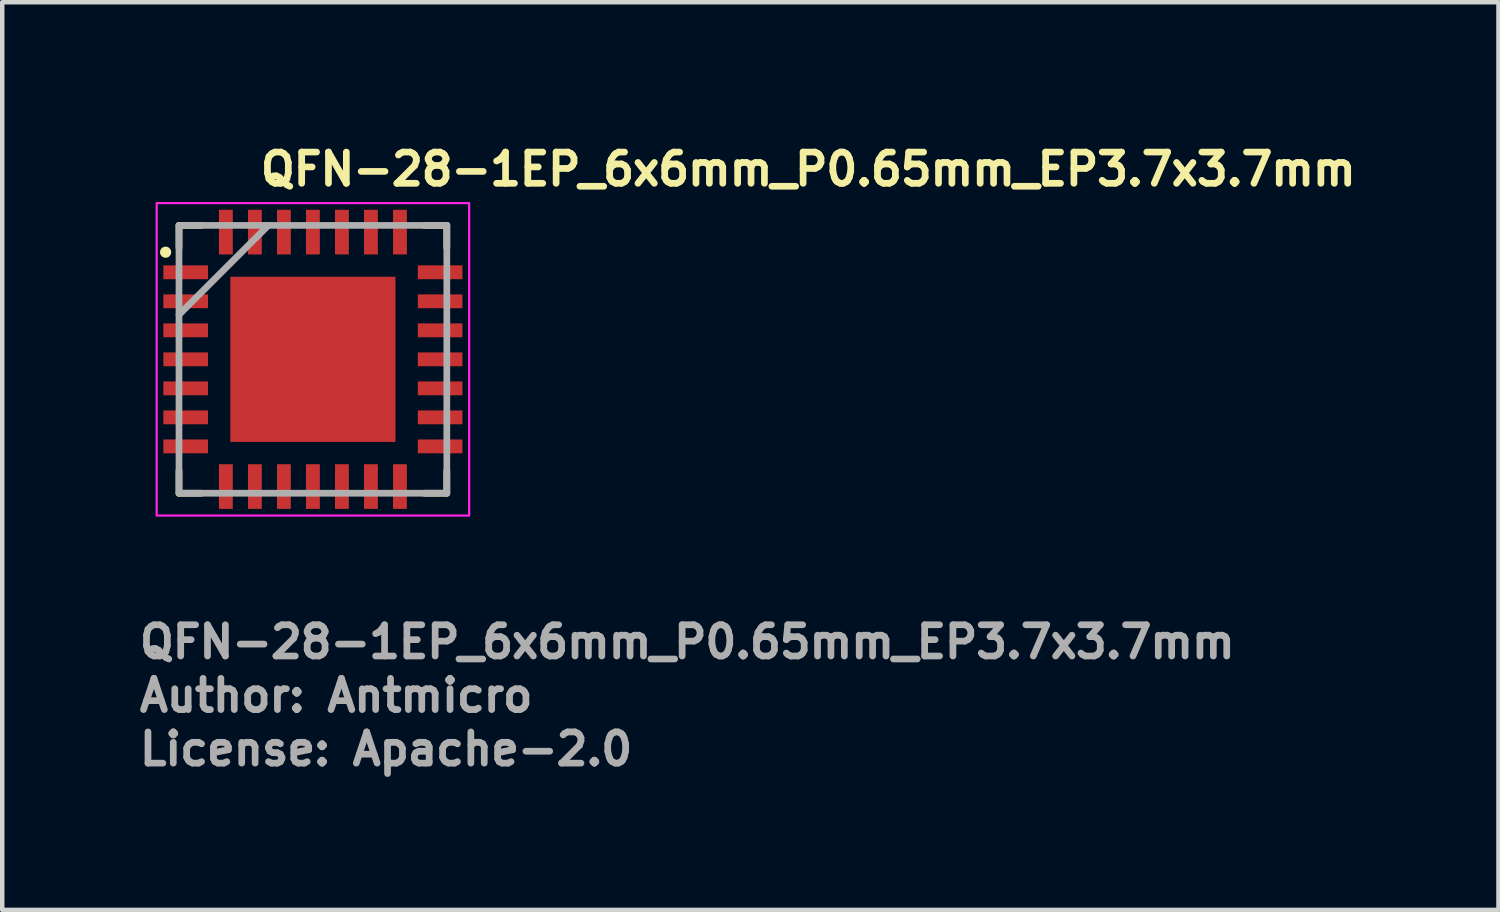
<source format=kicad_pcb>
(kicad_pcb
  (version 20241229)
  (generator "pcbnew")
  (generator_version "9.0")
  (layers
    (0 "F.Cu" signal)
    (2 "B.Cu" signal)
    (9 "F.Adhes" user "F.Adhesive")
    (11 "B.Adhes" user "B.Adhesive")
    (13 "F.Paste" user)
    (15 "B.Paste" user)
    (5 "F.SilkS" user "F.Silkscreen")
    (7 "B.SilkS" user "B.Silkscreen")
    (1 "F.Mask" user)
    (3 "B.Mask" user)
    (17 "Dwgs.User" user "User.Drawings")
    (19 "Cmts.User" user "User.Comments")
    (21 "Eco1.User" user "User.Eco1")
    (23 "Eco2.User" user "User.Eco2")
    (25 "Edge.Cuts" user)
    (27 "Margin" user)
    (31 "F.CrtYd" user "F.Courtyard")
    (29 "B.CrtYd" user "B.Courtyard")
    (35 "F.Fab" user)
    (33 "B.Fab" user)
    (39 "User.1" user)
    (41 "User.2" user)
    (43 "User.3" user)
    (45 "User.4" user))
  (footprint "QFN-28-1EP_6x6mm_P0.65mm_EP3.7x3.7mm"
    (layer "F.Cu")
    (at 3.96 5)
    (property "Reference" "QFN-28-1EP_6x6mm_P0.65mm_EP3.7x3.7mm" (at -1.25 -3.85 0) (layer "F.SilkS") (effects (font (size 0.7 0.7) (thickness 0.15)) (justify left bottom)))
    (attr smd)
    (fp_line (start -3 -3) (end -3 -2.5) (stroke (width 0.15) (type solid)) (layer "F.SilkS"))
    (fp_line (start -3 -3) (end -2.5 -3) (stroke (width 0.15) (type solid)) (layer "F.SilkS"))
    (fp_line (start -3 3) (end -3 2.5) (stroke (width 0.15) (type solid)) (layer "F.SilkS"))
    (fp_line (start -3 3) (end -2.5 3) (stroke (width 0.15) (type solid)) (layer "F.SilkS"))
    (fp_line (start 3 -3) (end 2.5 -3) (stroke (width 0.15) (type solid)) (layer "F.SilkS"))
    (fp_line (start 3 -3) (end 3 -2.5) (stroke (width 0.15) (type solid)) (layer "F.SilkS"))
    (fp_line (start 3 3) (end 2.5 3) (stroke (width 0.15) (type solid)) (layer "F.SilkS"))
    (fp_line (start 3 3) (end 3 2.5) (stroke (width 0.15) (type solid)) (layer "F.SilkS"))
    (fp_circle (center -3.3 -2.4) (end -3.25 -2.4) (stroke (width 0.15) (type solid)) (fill yes) (layer "F.SilkS"))
    (fp_poly (pts (xy -1.17 -1.17) (xy 1.17 -1.17) (xy 1.17 1.17) (xy -1.17 1.17)) (stroke (width 0.01) (type solid)) (fill yes) (layer "F.Paste"))
    (fp_rect (start -3.5 -3.5) (end 3.5 3.5) (stroke (width 0.05) (type solid)) (fill no) (layer "F.CrtYd"))
    (fp_line (start -3 -1) (end -1 -3) (stroke (width 0.15) (type solid)) (layer "F.Fab"))
    (fp_rect (start -3 -3) (end 3 3) (stroke (width 0.15) (type solid)) (fill no) (layer "F.Fab"))
    (fp_rect (start -3.01 -3.01) (end 3.01 3.01) (stroke (width 0.1) (type solid)) (fill no) (layer "User.5"))
    (fp_line (start -3.01 -2.1) (end -3 -2.1) (stroke (width 0.02) (type solid)) (layer "User.9"))
    (fp_line (start -3.01 -1.8) (end -3.01 -2.1) (stroke (width 0.02) (type solid)) (layer "User.9"))
    (fp_line (start -3.01 -1.45) (end -3 -1.45) (stroke (width 0.02) (type solid)) (layer "User.9"))
    (fp_line (start -3.01 -1.15) (end -3.01 -1.45) (stroke (width 0.02) (type solid)) (layer "User.9"))
    (fp_line (start -3.01 -0.8) (end -3 -0.8) (stroke (width 0.02) (type solid)) (layer "User.9"))
    (fp_line (start -3.01 -0.5) (end -3.01 -0.8) (stroke (width 0.02) (type solid)) (layer "User.9"))
    (fp_line (start -3.01 -0.15) (end -3 -0.15) (stroke (width 0.02) (type solid)) (layer "User.9"))
    (fp_line (start -3.01 0.15) (end -3.01 -0.15) (stroke (width 0.02) (type solid)) (layer "User.9"))
    (fp_line (start -3.01 0.5) (end -3 0.5) (stroke (width 0.02) (type solid)) (layer "User.9"))
    (fp_line (start -3.01 0.8) (end -3.01 0.5) (stroke (width 0.02) (type solid)) (layer "User.9"))
    (fp_line (start -3.01 1.15) (end -3 1.15) (stroke (width 0.02) (type solid)) (layer "User.9"))
    (fp_line (start -3.01 1.45) (end -3.01 1.15) (stroke (width 0.02) (type solid)) (layer "User.9"))
    (fp_line (start -3.01 1.8) (end -3 1.8) (stroke (width 0.02) (type solid)) (layer "User.9"))
    (fp_line (start -3.01 2.1) (end -3.01 1.8) (stroke (width 0.02) (type solid)) (layer "User.9"))
    (fp_line (start -3 -3) (end -3 3) (stroke (width 0.02) (type solid)) (layer "User.9"))
    (fp_line (start -3 -1.8) (end -3.01 -1.8) (stroke (width 0.02) (type solid)) (layer "User.9"))
    (fp_line (start -3 -1.15) (end -3.01 -1.15) (stroke (width 0.02) (type solid)) (layer "User.9"))
    (fp_line (start -3 -0.5) (end -3.01 -0.5) (stroke (width 0.02) (type solid)) (layer "User.9"))
    (fp_line (start -3 0.15) (end -3.01 0.15) (stroke (width 0.02) (type solid)) (layer "User.9"))
    (fp_line (start -3 0.8) (end -3.01 0.8) (stroke (width 0.02) (type solid)) (layer "User.9"))
    (fp_line (start -3 1.45) (end -3.01 1.45) (stroke (width 0.02) (type solid)) (layer "User.9"))
    (fp_line (start -3 2.1) (end -3.01 2.1) (stroke (width 0.02) (type solid)) (layer "User.9"))
    (fp_line (start -3 3) (end 3 3) (stroke (width 0.02) (type solid)) (layer "User.9"))
    (fp_line (start -2.55 -2.3) (end -2.549 -2.284) (stroke (width 0.02) (type solid)) (layer "User.9"))
    (fp_line (start -2.549 -2.316) (end -2.55 -2.3) (stroke (width 0.02) (type solid)) (layer "User.9"))
    (fp_line (start -2.549 -2.284) (end -2.548 -2.268) (stroke (width 0.02) (type solid)) (layer "User.9"))
    (fp_line (start -2.548 -2.332) (end -2.549 -2.316) (stroke (width 0.02) (type solid)) (layer "User.9"))
    (fp_line (start -2.548 -2.268) (end -2.545 -2.252) (stroke (width 0.02) (type solid)) (layer "User.9"))
    (fp_line (start -2.545 -2.348) (end -2.548 -2.332) (stroke (width 0.02) (type solid)) (layer "User.9"))
    (fp_line (start -2.545 -2.252) (end -2.542 -2.236) (stroke (width 0.02) (type solid)) (layer "User.9"))
    (fp_line (start -2.542 -2.364) (end -2.545 -2.348) (stroke (width 0.02) (type solid)) (layer "User.9"))
    (fp_line (start -2.542 -2.236) (end -2.537 -2.22) (stroke (width 0.02) (type solid)) (layer "User.9"))
    (fp_line (start -2.537 -2.38) (end -2.542 -2.364) (stroke (width 0.02) (type solid)) (layer "User.9"))
    (fp_line (start -2.537 -2.22) (end -2.531 -2.205) (stroke (width 0.02) (type solid)) (layer "User.9"))
    (fp_line (start -2.531 -2.395) (end -2.537 -2.38) (stroke (width 0.02) (type solid)) (layer "User.9"))
    (fp_line (start -2.531 -2.205) (end -2.524 -2.19) (stroke (width 0.02) (type solid)) (layer "User.9"))
    (fp_line (start -2.524 -2.41) (end -2.531 -2.395) (stroke (width 0.02) (type solid)) (layer "User.9"))
    (fp_line (start -2.524 -2.19) (end -2.517 -2.175) (stroke (width 0.02) (type solid)) (layer "User.9"))
    (fp_line (start -2.517 -2.425) (end -2.524 -2.41) (stroke (width 0.02) (type solid)) (layer "User.9"))
    (fp_line (start -2.517 -2.425) (end -2.517 -2.425) (stroke (width 0.02) (type solid)) (layer "User.9"))
    (fp_line (start -2.517 -2.175) (end -2.517 -2.175) (stroke (width 0.02) (type solid)) (layer "User.9"))
    (fp_line (start -2.517 -2.175) (end -2.512 -2.168) (stroke (width 0.02) (type solid)) (layer "User.9"))
    (fp_line (start -2.512 -2.168) (end -2.508 -2.161) (stroke (width 0.02) (type solid)) (layer "User.9"))
    (fp_line (start -2.508 -2.439) (end -2.517 -2.425) (stroke (width 0.02) (type solid)) (layer "User.9"))
    (fp_line (start -2.508 -2.161) (end -2.503 -2.154) (stroke (width 0.02) (type solid)) (layer "User.9"))
    (fp_line (start -2.503 -2.154) (end -2.498 -2.147) (stroke (width 0.02) (type solid)) (layer "User.9"))
    (fp_line (start -2.498 -2.453) (end -2.508 -2.439) (stroke (width 0.02) (type solid)) (layer "User.9"))
    (fp_line (start -2.498 -2.147) (end -2.493 -2.141) (stroke (width 0.02) (type solid)) (layer "User.9"))
    (fp_line (start -2.493 -2.141) (end -2.488 -2.135) (stroke (width 0.02) (type solid)) (layer "User.9"))
    (fp_line (start -2.488 -2.465) (end -2.498 -2.453) (stroke (width 0.02) (type solid)) (layer "User.9"))
    (fp_line (start -2.488 -2.135) (end -2.482 -2.129) (stroke (width 0.02) (type solid)) (layer "User.9"))
    (fp_line (start -2.482 -2.129) (end -2.476 -2.123) (stroke (width 0.02) (type solid)) (layer "User.9"))
    (fp_line (start -2.476 -2.477) (end -2.488 -2.465) (stroke (width 0.02) (type solid)) (layer "User.9"))
    (fp_line (start -2.476 -2.123) (end -2.471 -2.117) (stroke (width 0.02) (type solid)) (layer "User.9"))
    (fp_line (start -2.471 -2.117) (end -2.464 -2.112) (stroke (width 0.02) (type solid)) (layer "User.9"))
    (fp_line (start -2.464 -2.488) (end -2.476 -2.477) (stroke (width 0.02) (type solid)) (layer "User.9"))
    (fp_line (start -2.464 -2.112) (end -2.458 -2.106) (stroke (width 0.02) (type solid)) (layer "User.9"))
    (fp_line (start -2.458 -2.106) (end -2.452 -2.101) (stroke (width 0.02) (type solid)) (layer "User.9"))
    (fp_line (start -2.452 -2.499) (end -2.464 -2.488) (stroke (width 0.02) (type solid)) (layer "User.9"))
    (fp_line (start -2.452 -2.101) (end -2.445 -2.097) (stroke (width 0.02) (type solid)) (layer "User.9"))
    (fp_line (start -2.445 -2.097) (end -2.439 -2.092) (stroke (width 0.02) (type solid)) (layer "User.9"))
    (fp_line (start -2.439 -2.508) (end -2.452 -2.499) (stroke (width 0.02) (type solid)) (layer "User.9"))
    (fp_line (start -2.439 -2.092) (end -2.432 -2.088) (stroke (width 0.02) (type solid)) (layer "User.9"))
    (fp_line (start -2.432 -2.088) (end -2.425 -2.083) (stroke (width 0.02) (type solid)) (layer "User.9"))
    (fp_line (start -2.425 -2.517) (end -2.439 -2.508) (stroke (width 0.02) (type solid)) (layer "User.9"))
    (fp_line (start -2.425 -2.083) (end -2.418 -2.08) (stroke (width 0.02) (type solid)) (layer "User.9"))
    (fp_line (start -2.418 -2.08) (end -2.411 -2.076) (stroke (width 0.02) (type solid)) (layer "User.9"))
    (fp_line (start -2.411 -2.524) (end -2.425 -2.517) (stroke (width 0.02) (type solid)) (layer "User.9"))
    (fp_line (start -2.411 -2.076) (end -2.403 -2.072) (stroke (width 0.02) (type solid)) (layer "User.9"))
    (fp_line (start -2.403 -2.072) (end -2.396 -2.069) (stroke (width 0.02) (type solid)) (layer "User.9"))
    (fp_line (start -2.396 -2.531) (end -2.411 -2.524) (stroke (width 0.02) (type solid)) (layer "User.9"))
    (fp_line (start -2.396 -2.069) (end -2.388 -2.066) (stroke (width 0.02) (type solid)) (layer "User.9"))
    (fp_line (start -2.388 -2.066) (end -2.381 -2.063) (stroke (width 0.02) (type solid)) (layer "User.9"))
    (fp_line (start -2.381 -2.537) (end -2.396 -2.531) (stroke (width 0.02) (type solid)) (layer "User.9"))
    (fp_line (start -2.381 -2.063) (end -2.373 -2.061) (stroke (width 0.02) (type solid)) (layer "User.9"))
    (fp_line (start -2.373 -2.061) (end -2.365 -2.059) (stroke (width 0.02) (type solid)) (layer "User.9"))
    (fp_line (start -2.365 -2.541) (end -2.381 -2.537) (stroke (width 0.02) (type solid)) (layer "User.9"))
    (fp_line (start -2.365 -2.059) (end -2.357 -2.057) (stroke (width 0.02) (type solid)) (layer "User.9"))
    (fp_line (start -2.357 -2.057) (end -2.349 -2.055) (stroke (width 0.02) (type solid)) (layer "User.9"))
    (fp_line (start -2.349 -2.545) (end -2.365 -2.541) (stroke (width 0.02) (type solid)) (layer "User.9"))
    (fp_line (start -2.349 -2.055) (end -2.341 -2.053) (stroke (width 0.02) (type solid)) (layer "User.9"))
    (fp_line (start -2.341 -2.053) (end -2.333 -2.052) (stroke (width 0.02) (type solid)) (layer "User.9"))
    (fp_line (start -2.333 -2.548) (end -2.349 -2.545) (stroke (width 0.02) (type solid)) (layer "User.9"))
    (fp_line (start -2.333 -2.052) (end -2.325 -2.051) (stroke (width 0.02) (type solid)) (layer "User.9"))
    (fp_line (start -2.325 -2.051) (end -2.317 -2.051) (stroke (width 0.02) (type solid)) (layer "User.9"))
    (fp_line (start -2.317 -2.549) (end -2.333 -2.548) (stroke (width 0.02) (type solid)) (layer "User.9"))
    (fp_line (start -2.317 -2.051) (end -2.308 -2.05) (stroke (width 0.02) (type solid)) (layer "User.9"))
    (fp_line (start -2.308 -2.05) (end -2.3 -2.05) (stroke (width 0.02) (type solid)) (layer "User.9"))
    (fp_line (start -2.3 -2.55) (end -2.317 -2.549) (stroke (width 0.02) (type solid)) (layer "User.9"))
    (fp_line (start -2.3 -2.05) (end -2.283 -2.051) (stroke (width 0.02) (type solid)) (layer "User.9"))
    (fp_line (start -2.292 -2.55) (end -2.3 -2.55) (stroke (width 0.02) (type solid)) (layer "User.9"))
    (fp_line (start -2.283 -2.549) (end -2.292 -2.55) (stroke (width 0.02) (type solid)) (layer "User.9"))
    (fp_line (start -2.283 -2.051) (end -2.267 -2.052) (stroke (width 0.02) (type solid)) (layer "User.9"))
    (fp_line (start -2.275 -2.549) (end -2.283 -2.549) (stroke (width 0.02) (type solid)) (layer "User.9"))
    (fp_line (start -2.267 -2.548) (end -2.275 -2.549) (stroke (width 0.02) (type solid)) (layer "User.9"))
    (fp_line (start -2.267 -2.052) (end -2.251 -2.055) (stroke (width 0.02) (type solid)) (layer "User.9"))
    (fp_line (start -2.259 -2.547) (end -2.267 -2.548) (stroke (width 0.02) (type solid)) (layer "User.9"))
    (fp_line (start -2.251 -2.545) (end -2.259 -2.547) (stroke (width 0.02) (type solid)) (layer "User.9"))
    (fp_line (start -2.251 -2.055) (end -2.235 -2.059) (stroke (width 0.02) (type solid)) (layer "User.9"))
    (fp_line (start -2.243 -2.543) (end -2.251 -2.545) (stroke (width 0.02) (type solid)) (layer "User.9"))
    (fp_line (start -2.235 -2.541) (end -2.243 -2.543) (stroke (width 0.02) (type solid)) (layer "User.9"))
    (fp_line (start -2.235 -2.059) (end -2.219 -2.063) (stroke (width 0.02) (type solid)) (layer "User.9"))
    (fp_line (start -2.227 -2.539) (end -2.235 -2.541) (stroke (width 0.02) (type solid)) (layer "User.9"))
    (fp_line (start -2.219 -2.537) (end -2.227 -2.539) (stroke (width 0.02) (type solid)) (layer "User.9"))
    (fp_line (start -2.219 -2.063) (end -2.204 -2.069) (stroke (width 0.02) (type solid)) (layer "User.9"))
    (fp_line (start -2.212 -2.534) (end -2.219 -2.537) (stroke (width 0.02) (type solid)) (layer "User.9"))
    (fp_line (start -2.204 -2.531) (end -2.212 -2.534) (stroke (width 0.02) (type solid)) (layer "User.9"))
    (fp_line (start -2.204 -2.069) (end -2.189 -2.076) (stroke (width 0.02) (type solid)) (layer "User.9"))
    (fp_line (start -2.197 -2.528) (end -2.204 -2.531) (stroke (width 0.02) (type solid)) (layer "User.9"))
    (fp_line (start -2.189 -2.524) (end -2.197 -2.528) (stroke (width 0.02) (type solid)) (layer "User.9"))
    (fp_line (start -2.189 -2.076) (end -2.175 -2.083) (stroke (width 0.02) (type solid)) (layer "User.9"))
    (fp_line (start -2.182 -2.52) (end -2.189 -2.524) (stroke (width 0.02) (type solid)) (layer "User.9"))
    (fp_line (start -2.175 -2.517) (end -2.182 -2.52) (stroke (width 0.02) (type solid)) (layer "User.9"))
    (fp_line (start -2.175 -2.083) (end -2.161 -2.092) (stroke (width 0.02) (type solid)) (layer "User.9"))
    (fp_line (start -2.168 -2.512) (end -2.175 -2.517) (stroke (width 0.02) (type solid)) (layer "User.9"))
    (fp_line (start -2.161 -2.508) (end -2.168 -2.512) (stroke (width 0.02) (type solid)) (layer "User.9"))
    (fp_line (start -2.161 -2.092) (end -2.148 -2.101) (stroke (width 0.02) (type solid)) (layer "User.9"))
    (fp_line (start -2.155 -2.503) (end -2.161 -2.508) (stroke (width 0.02) (type solid)) (layer "User.9"))
    (fp_line (start -2.148 -2.499) (end -2.155 -2.503) (stroke (width 0.02) (type solid)) (layer "User.9"))
    (fp_line (start -2.148 -2.101) (end -2.136 -2.112) (stroke (width 0.02) (type solid)) (layer "User.9"))
    (fp_line (start -2.142 -2.494) (end -2.148 -2.499) (stroke (width 0.02) (type solid)) (layer "User.9"))
    (fp_line (start -2.136 -2.488) (end -2.142 -2.494) (stroke (width 0.02) (type solid)) (layer "User.9"))
    (fp_line (start -2.136 -2.112) (end -2.124 -2.123) (stroke (width 0.02) (type solid)) (layer "User.9"))
    (fp_line (start -2.129 -2.483) (end -2.136 -2.488) (stroke (width 0.02) (type solid)) (layer "User.9"))
    (fp_line (start -2.124 -2.477) (end -2.129 -2.483) (stroke (width 0.02) (type solid)) (layer "User.9"))
    (fp_line (start -2.124 -2.123) (end -2.112 -2.135) (stroke (width 0.02) (type solid)) (layer "User.9"))
    (fp_line (start -2.118 -2.471) (end -2.124 -2.477) (stroke (width 0.02) (type solid)) (layer "User.9"))
    (fp_line (start -2.112 -2.465) (end -2.118 -2.471) (stroke (width 0.02) (type solid)) (layer "User.9"))
    (fp_line (start -2.112 -2.135) (end -2.102 -2.147) (stroke (width 0.02) (type solid)) (layer "User.9"))
    (fp_line (start -2.107 -2.459) (end -2.112 -2.465) (stroke (width 0.02) (type solid)) (layer "User.9"))
    (fp_line (start -2.102 -2.453) (end -2.107 -2.459) (stroke (width 0.02) (type solid)) (layer "User.9"))
    (fp_line (start -2.102 -2.147) (end -2.092 -2.161) (stroke (width 0.02) (type solid)) (layer "User.9"))
    (fp_line (start -2.1 -3.01) (end -1.8 -3.01) (stroke (width 0.02) (type solid)) (layer "User.9"))
    (fp_line (start -2.1 -3) (end -2.1 -3.01) (stroke (width 0.02) (type solid)) (layer "User.9"))
    (fp_line (start -2.1 3.01) (end -2.1 3) (stroke (width 0.02) (type solid)) (layer "User.9"))
    (fp_line (start -2.097 -2.446) (end -2.102 -2.453) (stroke (width 0.02) (type solid)) (layer "User.9"))
    (fp_line (start -2.092 -2.439) (end -2.097 -2.446) (stroke (width 0.02) (type solid)) (layer "User.9"))
    (fp_line (start -2.092 -2.161) (end -2.083 -2.175) (stroke (width 0.02) (type solid)) (layer "User.9"))
    (fp_line (start -2.088 -2.432) (end -2.092 -2.439) (stroke (width 0.02) (type solid)) (layer "User.9"))
    (fp_line (start -2.083 -2.425) (end -2.088 -2.432) (stroke (width 0.02) (type solid)) (layer "User.9"))
    (fp_line (start -2.083 -2.425) (end -2.083 -2.425) (stroke (width 0.02) (type solid)) (layer "User.9"))
    (fp_line (start -2.083 -2.175) (end -2.083 -2.175) (stroke (width 0.02) (type solid)) (layer "User.9"))
    (fp_line (start -2.083 -2.175) (end -2.076 -2.19) (stroke (width 0.02) (type solid)) (layer "User.9"))
    (fp_line (start -2.076 -2.41) (end -2.083 -2.425) (stroke (width 0.02) (type solid)) (layer "User.9"))
    (fp_line (start -2.076 -2.19) (end -2.069 -2.205) (stroke (width 0.02) (type solid)) (layer "User.9"))
    (fp_line (start -2.069 -2.395) (end -2.076 -2.41) (stroke (width 0.02) (type solid)) (layer "User.9"))
    (fp_line (start -2.069 -2.205) (end -2.063 -2.22) (stroke (width 0.02) (type solid)) (layer "User.9"))
    (fp_line (start -2.063 -2.38) (end -2.069 -2.395) (stroke (width 0.02) (type solid)) (layer "User.9"))
    (fp_line (start -2.063 -2.22) (end -2.058 -2.236) (stroke (width 0.02) (type solid)) (layer "User.9"))
    (fp_line (start -2.058 -2.364) (end -2.063 -2.38) (stroke (width 0.02) (type solid)) (layer "User.9"))
    (fp_line (start -2.058 -2.236) (end -2.055 -2.252) (stroke (width 0.02) (type solid)) (layer "User.9"))
    (fp_line (start -2.055 -2.348) (end -2.058 -2.364) (stroke (width 0.02) (type solid)) (layer "User.9"))
    (fp_line (start -2.055 -2.252) (end -2.052 -2.268) (stroke (width 0.02) (type solid)) (layer "User.9"))
    (fp_line (start -2.052 -2.332) (end -2.055 -2.348) (stroke (width 0.02) (type solid)) (layer "User.9"))
    (fp_line (start -2.052 -2.268) (end -2.051 -2.284) (stroke (width 0.02) (type solid)) (layer "User.9"))
    (fp_line (start -2.051 -2.316) (end -2.052 -2.332) (stroke (width 0.02) (type solid)) (layer "User.9"))
    (fp_line (start -2.051 -2.284) (end -2.05 -2.3) (stroke (width 0.02) (type solid)) (layer "User.9"))
    (fp_line (start -2.05 -2.3) (end -2.051 -2.316) (stroke (width 0.02) (type solid)) (layer "User.9"))
    (fp_line (start -1.8 -3.01) (end -1.8 -3) (stroke (width 0.02) (type solid)) (layer "User.9"))
    (fp_line (start -1.8 3) (end -1.8 3.01) (stroke (width 0.02) (type solid)) (layer "User.9"))
    (fp_line (start -1.8 3.01) (end -2.1 3.01) (stroke (width 0.02) (type solid)) (layer "User.9"))
    (fp_line (start -1.45 -3.01) (end -1.15 -3.01) (stroke (width 0.02) (type solid)) (layer "User.9"))
    (fp_line (start -1.45 -3) (end -1.45 -3.01) (stroke (width 0.02) (type solid)) (layer "User.9"))
    (fp_line (start -1.45 3.01) (end -1.45 3) (stroke (width 0.02) (type solid)) (layer "User.9"))
    (fp_line (start -1.15 -3.01) (end -1.15 -3) (stroke (width 0.02) (type solid)) (layer "User.9"))
    (fp_line (start -1.15 3) (end -1.15 3.01) (stroke (width 0.02) (type solid)) (layer "User.9"))
    (fp_line (start -1.15 3.01) (end -1.45 3.01) (stroke (width 0.02) (type solid)) (layer "User.9"))
    (fp_line (start -0.8 -3.01) (end -0.5 -3.01) (stroke (width 0.02) (type solid)) (layer "User.9"))
    (fp_line (start -0.8 -3) (end -0.8 -3.01) (stroke (width 0.02) (type solid)) (layer "User.9"))
    (fp_line (start -0.8 3.01) (end -0.8 3) (stroke (width 0.02) (type solid)) (layer "User.9"))
    (fp_line (start -0.5 -3.01) (end -0.5 -3) (stroke (width 0.02) (type solid)) (layer "User.9"))
    (fp_line (start -0.5 3) (end -0.5 3.01) (stroke (width 0.02) (type solid)) (layer "User.9"))
    (fp_line (start -0.5 3.01) (end -0.8 3.01) (stroke (width 0.02) (type solid)) (layer "User.9"))
    (fp_line (start -0.15 -3.01) (end 0.15 -3.01) (stroke (width 0.02) (type solid)) (layer "User.9"))
    (fp_line (start -0.15 -3) (end -0.15 -3.01) (stroke (width 0.02) (type solid)) (layer "User.9"))
    (fp_line (start -0.15 3.01) (end -0.15 3) (stroke (width 0.02) (type solid)) (layer "User.9"))
    (fp_line (start 0.15 -3.01) (end 0.15 -3) (stroke (width 0.02) (type solid)) (layer "User.9"))
    (fp_line (start 0.15 3) (end 0.15 3.01) (stroke (width 0.02) (type solid)) (layer "User.9"))
    (fp_line (start 0.15 3.01) (end -0.15 3.01) (stroke (width 0.02) (type solid)) (layer "User.9"))
    (fp_line (start 0.5 -3.01) (end 0.8 -3.01) (stroke (width 0.02) (type solid)) (layer "User.9"))
    (fp_line (start 0.5 -3) (end 0.5 -3.01) (stroke (width 0.02) (type solid)) (layer "User.9"))
    (fp_line (start 0.5 3.01) (end 0.5 3) (stroke (width 0.02) (type solid)) (layer "User.9"))
    (fp_line (start 0.8 -3.01) (end 0.8 -3) (stroke (width 0.02) (type solid)) (layer "User.9"))
    (fp_line (start 0.8 3) (end 0.8 3.01) (stroke (width 0.02) (type solid)) (layer "User.9"))
    (fp_line (start 0.8 3.01) (end 0.5 3.01) (stroke (width 0.02) (type solid)) (layer "User.9"))
    (fp_line (start 1.15 -3.01) (end 1.45 -3.01) (stroke (width 0.02) (type solid)) (layer "User.9"))
    (fp_line (start 1.15 -3) (end 1.15 -3.01) (stroke (width 0.02) (type solid)) (layer "User.9"))
    (fp_line (start 1.15 3.01) (end 1.15 3) (stroke (width 0.02) (type solid)) (layer "User.9"))
    (fp_line (start 1.45 -3.01) (end 1.45 -3) (stroke (width 0.02) (type solid)) (layer "User.9"))
    (fp_line (start 1.45 3) (end 1.45 3.01) (stroke (width 0.02) (type solid)) (layer "User.9"))
    (fp_line (start 1.45 3.01) (end 1.15 3.01) (stroke (width 0.02) (type solid)) (layer "User.9"))
    (fp_line (start 1.8 -3.01) (end 2.1 -3.01) (stroke (width 0.02) (type solid)) (layer "User.9"))
    (fp_line (start 1.8 -3) (end 1.8 -3.01) (stroke (width 0.02) (type solid)) (layer "User.9"))
    (fp_line (start 1.8 3.01) (end 1.8 3) (stroke (width 0.02) (type solid)) (layer "User.9"))
    (fp_line (start 2.1 -3.01) (end 2.1 -3) (stroke (width 0.02) (type solid)) (layer "User.9"))
    (fp_line (start 2.1 3) (end 2.1 3.01) (stroke (width 0.02) (type solid)) (layer "User.9"))
    (fp_line (start 2.1 3.01) (end 1.8 3.01) (stroke (width 0.02) (type solid)) (layer "User.9"))
    (fp_line (start 3 -3) (end -3 -3) (stroke (width 0.02) (type solid)) (layer "User.9"))
    (fp_line (start 3 -2.1) (end 3.01 -2.1) (stroke (width 0.02) (type solid)) (layer "User.9"))
    (fp_line (start 3 -1.45) (end 3.01 -1.45) (stroke (width 0.02) (type solid)) (layer "User.9"))
    (fp_line (start 3 -0.8) (end 3.01 -0.8) (stroke (width 0.02) (type solid)) (layer "User.9"))
    (fp_line (start 3 -0.15) (end 3.01 -0.15) (stroke (width 0.02) (type solid)) (layer "User.9"))
    (fp_line (start 3 0.5) (end 3.01 0.5) (stroke (width 0.02) (type solid)) (layer "User.9"))
    (fp_line (start 3 1.15) (end 3.01 1.15) (stroke (width 0.02) (type solid)) (layer "User.9"))
    (fp_line (start 3 1.8) (end 3.01 1.8) (stroke (width 0.02) (type solid)) (layer "User.9"))
    (fp_line (start 3 3) (end 3 -3) (stroke (width 0.02) (type solid)) (layer "User.9"))
    (fp_line (start 3.01 -2.1) (end 3.01 -1.8) (stroke (width 0.02) (type solid)) (layer "User.9"))
    (fp_line (start 3.01 -1.8) (end 3 -1.8) (stroke (width 0.02) (type solid)) (layer "User.9"))
    (fp_line (start 3.01 -1.45) (end 3.01 -1.15) (stroke (width 0.02) (type solid)) (layer "User.9"))
    (fp_line (start 3.01 -1.15) (end 3 -1.15) (stroke (width 0.02) (type solid)) (layer "User.9"))
    (fp_line (start 3.01 -0.8) (end 3.01 -0.5) (stroke (width 0.02) (type solid)) (layer "User.9"))
    (fp_line (start 3.01 -0.5) (end 3 -0.5) (stroke (width 0.02) (type solid)) (layer "User.9"))
    (fp_line (start 3.01 -0.15) (end 3.01 0.15) (stroke (width 0.02) (type solid)) (layer "User.9"))
    (fp_line (start 3.01 0.15) (end 3 0.15) (stroke (width 0.02) (type solid)) (layer "User.9"))
    (fp_line (start 3.01 0.5) (end 3.01 0.8) (stroke (width 0.02) (type solid)) (layer "User.9"))
    (fp_line (start 3.01 0.8) (end 3 0.8) (stroke (width 0.02) (type solid)) (layer "User.9"))
    (fp_line (start 3.01 1.15) (end 3.01 1.45) (stroke (width 0.02) (type solid)) (layer "User.9"))
    (fp_line (start 3.01 1.45) (end 3 1.45) (stroke (width 0.02) (type solid)) (layer "User.9"))
    (fp_line (start 3.01 1.8) (end 3.01 2.1) (stroke (width 0.02) (type solid)) (layer "User.9"))
    (fp_line (start 3.01 2.1) (end 3 2.1) (stroke (width 0.02) (type solid)) (layer "User.9"))
    (fp_text user "License: Apache-2.0" (at -3.96 9.14 0) (layer "F.Fab") (effects (font (size 0.7 0.7) (thickness 0.15)) (justify left bottom)))
    (fp_text user "Author: Antmicro" (at -3.96 7.94 0) (layer "F.Fab") (effects (font (size 0.7 0.7) (thickness 0.15)) (justify left bottom)))
    (fp_text user "${REFERENCE}" (at -3.96 6.74 0) (layer "F.Fab") (effects (font (size 0.7 0.7) (thickness 0.15)) (justify left bottom)))
    (pad "1" smd rect (at -2.85 -1.95) (size 1 0.31) (layers "F.Cu" "F.Mask" "F.Paste"))
    (pad "2" smd rect (at -2.85 -1.3) (size 1 0.31) (layers "F.Cu" "F.Mask" "F.Paste"))
    (pad "3" smd rect (at -2.85 -0.65) (size 1 0.31) (layers "F.Cu" "F.Mask" "F.Paste"))
    (pad "4" smd rect (at -2.85 0) (size 1 0.31) (layers "F.Cu" "F.Mask" "F.Paste"))
    (pad "5" smd rect (at -2.85 0.65) (size 1 0.31) (layers "F.Cu" "F.Mask" "F.Paste"))
    (pad "6" smd rect (at -2.85 1.3) (size 1 0.31) (layers "F.Cu" "F.Mask" "F.Paste"))
    (pad "7" smd rect (at -2.85 1.95) (size 1 0.31) (layers "F.Cu" "F.Mask" "F.Paste"))
    (pad "8" smd rect (at -1.95 2.85) (size 0.31 1) (layers "F.Cu" "F.Mask" "F.Paste"))
    (pad "9" smd rect (at -1.3 2.85) (size 0.31 1) (layers "F.Cu" "F.Mask" "F.Paste"))
    (pad "10" smd rect (at -0.65 2.85) (size 0.31 1) (layers "F.Cu" "F.Mask" "F.Paste"))
    (pad "11" smd rect (at 0 2.85) (size 0.31 1) (layers "F.Cu" "F.Mask" "F.Paste"))
    (pad "12" smd rect (at 0.65 2.85) (size 0.31 1) (layers "F.Cu" "F.Mask" "F.Paste"))
    (pad "13" smd rect (at 1.3 2.85) (size 0.31 1) (layers "F.Cu" "F.Mask" "F.Paste"))
    (pad "14" smd rect (at 1.95 2.85) (size 0.31 1) (layers "F.Cu" "F.Mask" "F.Paste"))
    (pad "15" smd rect (at 2.85 1.95) (size 1 0.31) (layers "F.Cu" "F.Mask" "F.Paste"))
    (pad "16" smd rect (at 2.85 1.3) (size 1 0.31) (layers "F.Cu" "F.Mask" "F.Paste"))
    (pad "17" smd rect (at 2.85 0.65) (size 1 0.31) (layers "F.Cu" "F.Mask" "F.Paste"))
    (pad "18" smd rect (at 2.85 0) (size 1 0.31) (layers "F.Cu" "F.Mask" "F.Paste"))
    (pad "19" smd rect (at 2.85 -0.65) (size 1 0.31) (layers "F.Cu" "F.Mask" "F.Paste"))
    (pad "20" smd rect (at 2.85 -1.3) (size 1 0.31) (layers "F.Cu" "F.Mask" "F.Paste"))
    (pad "21" smd rect (at 2.85 -1.95) (size 1 0.31) (layers "F.Cu" "F.Mask" "F.Paste"))
    (pad "22" smd rect (at 1.95 -2.85) (size 0.31 1) (layers "F.Cu" "F.Mask" "F.Paste"))
    (pad "23" smd rect (at 1.3 -2.85) (size 0.31 1) (layers "F.Cu" "F.Mask" "F.Paste"))
    (pad "24" smd rect (at 0.65 -2.85) (size 0.31 1) (layers "F.Cu" "F.Mask" "F.Paste"))
    (pad "25" smd rect (at 0 -2.85) (size 0.31 1) (layers "F.Cu" "F.Mask" "F.Paste"))
    (pad "26" smd rect (at -0.65 -2.85) (size 0.31 1) (layers "F.Cu" "F.Mask" "F.Paste"))
    (pad "27" smd rect (at -1.3 -2.85) (size 0.31 1) (layers "F.Cu" "F.Mask" "F.Paste"))
    (pad "28" smd rect (at -1.95 -2.85) (size 0.31 1) (layers "F.Cu" "F.Mask" "F.Paste"))
    (pad "29" smd rect (at 0 0) (size 3.7 3.7) (layers "F.Cu" "F.Mask")))
  (gr_rect
    (start -3 -3)
    (end 30.52 17.335)
    (stroke (width 0.1) (type default))
    (fill no)
    (layer "Edge.Cuts")))
</source>
